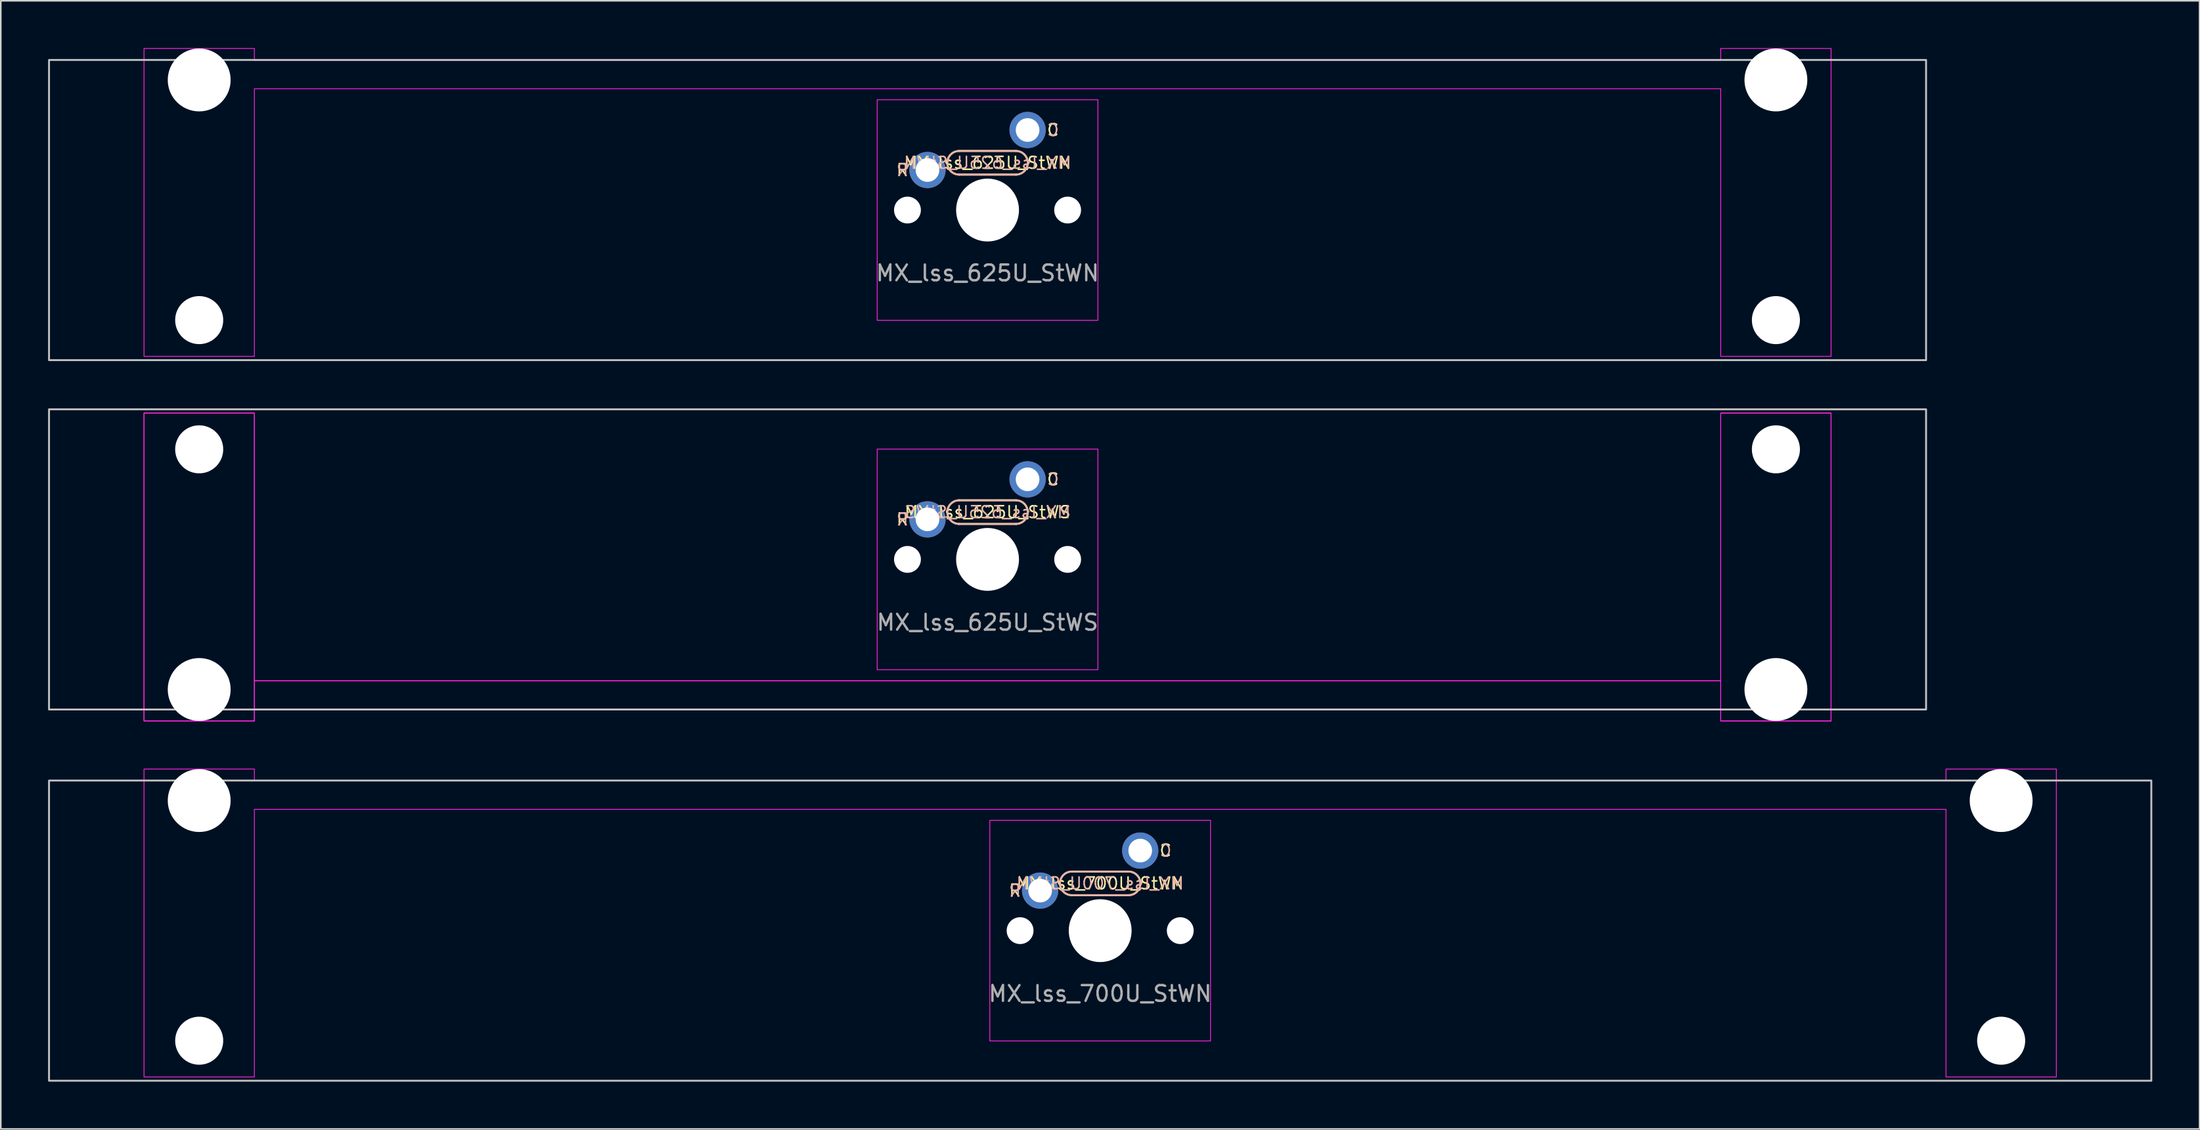
<source format=kicad_pcb>
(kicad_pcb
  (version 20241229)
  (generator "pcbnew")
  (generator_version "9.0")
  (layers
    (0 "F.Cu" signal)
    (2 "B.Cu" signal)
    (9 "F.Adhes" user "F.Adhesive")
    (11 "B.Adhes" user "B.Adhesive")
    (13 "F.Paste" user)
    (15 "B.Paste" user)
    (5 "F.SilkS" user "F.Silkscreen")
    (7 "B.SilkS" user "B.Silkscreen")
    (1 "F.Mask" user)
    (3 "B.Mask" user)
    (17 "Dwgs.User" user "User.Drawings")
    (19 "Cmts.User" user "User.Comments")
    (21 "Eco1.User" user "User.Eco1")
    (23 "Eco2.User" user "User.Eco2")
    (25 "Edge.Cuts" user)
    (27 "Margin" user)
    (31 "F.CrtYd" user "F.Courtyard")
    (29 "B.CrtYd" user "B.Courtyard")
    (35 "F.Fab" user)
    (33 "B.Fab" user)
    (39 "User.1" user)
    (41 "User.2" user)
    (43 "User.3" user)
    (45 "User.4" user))
  (footprint "MX_lss_625U_StWS"
    (layer "F.Cu")
    (at 59.591 32.45)
    (property "Reference" "MX_lss_625U_StWS" (at 0 -3 0) (unlocked yes) (layer "F.SilkS") (effects (font (size 0.75 0.75) (thickness 0.1))))
    (attr through_hole)
    (fp_line (start -1.8 -3.75) (end 1.8 -3.75) (stroke (width 0.12) (type solid)) (layer "F.SilkS"))
    (fp_line (start 1.8 -2.25) (end -1.8 -2.25) (stroke (width 0.12) (type solid)) (layer "F.SilkS"))
    (fp_arc (start -1.8 -2.25) (mid -2.55 -3) (end -1.8 -3.75) (stroke (width 0.12) (type solid)) (layer "F.SilkS"))
    (fp_arc (start 1.8 -3.75) (mid 2.55 -3) (end 1.8 -2.25) (stroke (width 0.12) (type solid)) (layer "F.SilkS"))
    (fp_line (start -1.8 -2.25) (end 1.8 -2.25) (stroke (width 0.12) (type solid)) (layer "B.SilkS"))
    (fp_line (start 1.8 -3.75) (end -1.8 -3.75) (stroke (width 0.12) (type solid)) (layer "B.SilkS"))
    (fp_arc (start -1.8 -2.25) (mid -2.55 -3) (end -1.8 -3.75) (stroke (width 0.12) (type solid)) (layer "B.SilkS"))
    (fp_arc (start 1.8 -3.75) (mid 2.55 -3) (end 1.8 -2.25) (stroke (width 0.12) (type solid)) (layer "B.SilkS"))
    (fp_rect (start -59.531 -9.525) (end 59.531 9.525) (stroke (width 0.12) (type solid)) (fill no) (layer "Dwgs.User"))
    (fp_rect (start -53.506 -9.285) (end -46.506 10.255) (stroke (width 0.05) (type solid)) (fill no) (layer "F.CrtYd"))
    (fp_rect (start -46.506 7.7) (end 46.506 9.5) (stroke (width 0.05) (type solid)) (fill no) (layer "F.CrtYd"))
    (fp_rect (start -7 -7) (end 7 7) (stroke (width 0.05) (type solid)) (fill no) (layer "F.CrtYd"))
    (fp_rect (start 46.506 -9.285) (end 53.506 10.255) (stroke (width 0.05) (type solid)) (fill no) (layer "F.CrtYd"))
    (fp_poly (pts (xy -46.506 7.7) (xy 46.506 7.7) (xy 46.506 -9.285) (xy 53.506 -9.285) (xy 53.506 10.255) (xy 46.506 10.255) (xy 46.506 9.5) (xy -46.506 9.5) (xy -46.506 10.255) (xy -53.506 10.255) (xy -53.506 -9.285) (xy -46.506 -9.285)) (stroke (width 0.05) (type solid)) (fill no) (layer "F.CrtYd"))
    (fp_text user "R" (at -5.4 -2.54 0) (unlocked yes) (layer "F.SilkS") (effects (font (size 0.75 0.75) (thickness 0.1))))
    (fp_text user "C" (at 4.15 -5.08 0) (unlocked yes) (layer "F.SilkS") (effects (font (size 0.75 0.75) (thickness 0.1))))
    (fp_text user "C" (at 4.15 -5.08 0) (unlocked yes) (layer "B.SilkS") (effects (font (size 0.75 0.75) (thickness 0.1)) (justify mirror)))
    (fp_text user "R" (at -5.4 -2.54 0) (unlocked yes) (layer "B.SilkS") (effects (font (size 0.75 0.75) (thickness 0.1)) (justify mirror)))
    (fp_text user "${REFERENCE}" (at 0 -3 0) (unlocked yes) (layer "B.SilkS") (effects (font (size 0.75 0.75) (thickness 0.1)) (justify mirror)))
    (fp_text user "${REFERENCE}" (at 0 4 0) (unlocked yes) (layer "F.Fab") (effects (font (size 1 1) (thickness 0.15))))
    (pad "" np_thru_hole circle (at -50.006 -6.985) (size 3.048 3.048) (drill 3.048) (layers "*.Cu" "*.Mask"))
    (pad "" np_thru_hole circle (at -50.006 8.255) (size 3.988 3.988) (drill 3.988) (layers "*.Cu" "*.Mask"))
    (pad "" np_thru_hole circle (at -5.08 0) (size 1.702 1.702) (drill 1.702) (layers "*.Cu" "*.Mask"))
    (pad "" np_thru_hole circle (at 0 0) (size 3.988 3.988) (drill 3.988) (layers "*.Cu" "*.Mask"))
    (pad "" np_thru_hole circle (at 5.08 0) (size 1.702 1.702) (drill 1.702) (layers "*.Cu" "*.Mask"))
    (pad "" np_thru_hole circle (at 50.006 -6.985) (size 3.048 3.048) (drill 3.048) (layers "*.Cu" "*.Mask"))
    (pad "" np_thru_hole circle (at 50.006 8.255) (size 3.988 3.988) (drill 3.988) (layers "*.Cu" "*.Mask"))
    (pad "1" thru_hole circle (at 2.54 -5.08) (size 2.3 2.3) (drill 1.5) (layers "*.Cu" "*.Mask"))
    (pad "2" thru_hole circle (at -3.81 -2.54) (size 2.3 2.3) (drill 1.5) (layers "*.Cu" "*.Mask")))
  (footprint "MX_lss_625U_StWN"
    (layer "F.Cu")
    (at 59.591 10.28)
    (property "Reference" "MX_lss_625U_StWN" (at 0 -3 0) (unlocked yes) (layer "F.SilkS") (effects (font (size 0.75 0.75) (thickness 0.1))))
    (attr through_hole)
    (fp_line (start -1.8 -3.75) (end 1.8 -3.75) (stroke (width 0.12) (type solid)) (layer "F.SilkS"))
    (fp_line (start 1.8 -2.25) (end -1.8 -2.25) (stroke (width 0.12) (type solid)) (layer "F.SilkS"))
    (fp_arc (start -1.8 -2.25) (mid -2.55 -3) (end -1.8 -3.75) (stroke (width 0.12) (type solid)) (layer "F.SilkS"))
    (fp_arc (start 1.8 -3.75) (mid 2.55 -3) (end 1.8 -2.25) (stroke (width 0.12) (type solid)) (layer "F.SilkS"))
    (fp_line (start -1.8 -2.25) (end 1.8 -2.25) (stroke (width 0.12) (type solid)) (layer "B.SilkS"))
    (fp_line (start 1.8 -3.75) (end -1.8 -3.75) (stroke (width 0.12) (type solid)) (layer "B.SilkS"))
    (fp_arc (start -1.8 -2.25) (mid -2.55 -3) (end -1.8 -3.75) (stroke (width 0.12) (type solid)) (layer "B.SilkS"))
    (fp_arc (start 1.8 -3.75) (mid 2.55 -3) (end 1.8 -2.25) (stroke (width 0.12) (type solid)) (layer "B.SilkS"))
    (fp_rect (start -59.531 -9.525) (end 59.531 9.525) (stroke (width 0.12) (type solid)) (fill no) (layer "Dwgs.User"))
    (fp_rect (start -7 -7) (end 7 7) (stroke (width 0.05) (type solid)) (fill no) (layer "F.CrtYd"))
    (fp_poly (pts (xy 46.506 -7.7) (xy -46.506 -7.7) (xy -46.506 9.285) (xy -53.506 9.285) (xy -53.506 -10.255) (xy -46.506 -10.255) (xy -46.506 -9.5) (xy 46.506 -9.5) (xy 46.506 -10.255) (xy 53.506 -10.255) (xy 53.506 9.285) (xy 46.506 9.285)) (stroke (width 0.05) (type solid)) (fill no) (layer "F.CrtYd"))
    (fp_text user "R" (at -5.4 -2.54 0) (unlocked yes) (layer "F.SilkS") (effects (font (size 0.75 0.75) (thickness 0.1))))
    (fp_text user "C" (at 4.15 -5.08 0) (unlocked yes) (layer "F.SilkS") (effects (font (size 0.75 0.75) (thickness 0.1))))
    (fp_text user "C" (at 4.15 -5.08 0) (unlocked yes) (layer "B.SilkS") (effects (font (size 0.75 0.75) (thickness 0.1)) (justify mirror)))
    (fp_text user "${REFERENCE}" (at 0 -3 0) (unlocked yes) (layer "B.SilkS") (effects (font (size 0.75 0.75) (thickness 0.1)) (justify mirror)))
    (fp_text user "R" (at -5.4 -2.54 0) (unlocked yes) (layer "B.SilkS") (effects (font (size 0.75 0.75) (thickness 0.1)) (justify mirror)))
    (fp_text user "${REFERENCE}" (at 0 4 0) (unlocked yes) (layer "F.Fab") (effects (font (size 1 1) (thickness 0.15))))
    (pad "" np_thru_hole circle (at -50.006 -8.255 180) (size 3.988 3.988) (drill 3.988) (layers "*.Cu" "*.Mask"))
    (pad "" np_thru_hole circle (at -50.006 6.985 180) (size 3.048 3.048) (drill 3.048) (layers "*.Cu" "*.Mask"))
    (pad "" np_thru_hole circle (at -5.08 0) (size 1.702 1.702) (drill 1.702) (layers "*.Cu" "*.Mask"))
    (pad "" np_thru_hole circle (at 0 0) (size 3.988 3.988) (drill 3.988) (layers "*.Cu" "*.Mask"))
    (pad "" np_thru_hole circle (at 5.08 0) (size 1.702 1.702) (drill 1.702) (layers "*.Cu" "*.Mask"))
    (pad "" np_thru_hole circle (at 50.006 -8.255 180) (size 3.988 3.988) (drill 3.988) (layers "*.Cu" "*.Mask"))
    (pad "" np_thru_hole circle (at 50.006 6.985 180) (size 3.048 3.048) (drill 3.048) (layers "*.Cu" "*.Mask"))
    (pad "1" thru_hole circle (at 2.54 -5.08) (size 2.3 2.3) (drill 1.5) (layers "*.Cu" "*.Mask"))
    (pad "2" thru_hole circle (at -3.81 -2.54) (size 2.3 2.3) (drill 1.5) (layers "*.Cu" "*.Mask")))
  (footprint "MX_lss_700U_StWN"
    (layer "F.Cu")
    (at 66.735 56.01)
    (property "Reference" "MX_lss_700U_StWN" (at 0 -3 0) (unlocked yes) (layer "F.SilkS") (effects (font (size 0.75 0.75) (thickness 0.1))))
    (attr through_hole)
    (fp_line (start -1.8 -3.75) (end 1.8 -3.75) (stroke (width 0.12) (type solid)) (layer "F.SilkS"))
    (fp_line (start 1.8 -2.25) (end -1.8 -2.25) (stroke (width 0.12) (type solid)) (layer "F.SilkS"))
    (fp_arc (start -1.8 -2.25) (mid -2.55 -3) (end -1.8 -3.75) (stroke (width 0.12) (type solid)) (layer "F.SilkS"))
    (fp_arc (start 1.8 -3.75) (mid 2.55 -3) (end 1.8 -2.25) (stroke (width 0.12) (type solid)) (layer "F.SilkS"))
    (fp_line (start -1.8 -2.25) (end 1.8 -2.25) (stroke (width 0.12) (type solid)) (layer "B.SilkS"))
    (fp_line (start 1.8 -3.75) (end -1.8 -3.75) (stroke (width 0.12) (type solid)) (layer "B.SilkS"))
    (fp_arc (start -1.8 -2.25) (mid -2.55 -3) (end -1.8 -3.75) (stroke (width 0.12) (type solid)) (layer "B.SilkS"))
    (fp_arc (start 1.8 -3.75) (mid 2.55 -3) (end 1.8 -2.25) (stroke (width 0.12) (type solid)) (layer "B.SilkS"))
    (fp_rect (start -66.675 -9.525) (end 66.675 9.525) (stroke (width 0.12) (type solid)) (fill no) (layer "Dwgs.User"))
    (fp_rect (start -7 -7) (end 7 7) (stroke (width 0.05) (type solid)) (fill no) (layer "F.CrtYd"))
    (fp_poly (pts (xy 53.65 -7.7) (xy -53.65 -7.7) (xy -53.65 9.285) (xy -60.65 9.285) (xy -60.65 -10.255) (xy -53.65 -10.255) (xy -53.65 -9.5) (xy 53.65 -9.5) (xy 53.65 -10.255) (xy 60.65 -10.255) (xy 60.65 9.285) (xy 53.65 9.285)) (stroke (width 0.05) (type solid)) (fill no) (layer "F.CrtYd"))
    (fp_text user "C" (at 4.15 -5.08 0) (unlocked yes) (layer "F.SilkS") (effects (font (size 0.75 0.75) (thickness 0.1))))
    (fp_text user "R" (at -5.4 -2.54 0) (unlocked yes) (layer "F.SilkS") (effects (font (size 0.75 0.75) (thickness 0.1))))
    (fp_text user "C" (at 4.15 -5.08 0) (unlocked yes) (layer "B.SilkS") (effects (font (size 0.75 0.75) (thickness 0.1)) (justify mirror)))
    (fp_text user "${REFERENCE}" (at 0 -3 0) (unlocked yes) (layer "B.SilkS") (effects (font (size 0.75 0.75) (thickness 0.1)) (justify mirror)))
    (fp_text user "R" (at -5.4 -2.54 0) (unlocked yes) (layer "B.SilkS") (effects (font (size 0.75 0.75) (thickness 0.1)) (justify mirror)))
    (fp_text user "${REFERENCE}" (at 0 4 0) (unlocked yes) (layer "F.Fab") (effects (font (size 1 1) (thickness 0.15))))
    (pad "" np_thru_hole circle (at -57.15 -8.255 180) (size 3.988 3.988) (drill 3.988) (layers "*.Cu" "*.Mask"))
    (pad "" np_thru_hole circle (at -57.15 6.985 180) (size 3.048 3.048) (drill 3.048) (layers "*.Cu" "*.Mask"))
    (pad "" np_thru_hole circle (at -5.08 0) (size 1.702 1.702) (drill 1.702) (layers "*.Cu" "*.Mask"))
    (pad "" np_thru_hole circle (at 0 0) (size 3.988 3.988) (drill 3.988) (layers "*.Cu" "*.Mask"))
    (pad "" np_thru_hole circle (at 5.08 0) (size 1.702 1.702) (drill 1.702) (layers "*.Cu" "*.Mask"))
    (pad "" np_thru_hole circle (at 57.15 -8.255 180) (size 3.988 3.988) (drill 3.988) (layers "*.Cu" "*.Mask"))
    (pad "" np_thru_hole circle (at 57.15 6.985 180) (size 3.048 3.048) (drill 3.048) (layers "*.Cu" "*.Mask"))
    (pad "1" thru_hole circle (at 2.54 -5.08) (size 2.3 2.3) (drill 1.5) (layers "*.Cu" "*.Mask"))
    (pad "2" thru_hole circle (at -3.81 -2.54) (size 2.3 2.3) (drill 1.5) (layers "*.Cu" "*.Mask")))
  (gr_rect
    (start -3 -3)
    (end 136.47 68.595)
    (stroke (width 0.1) (type default))
    (fill no)
    (layer "Edge.Cuts")))
</source>
